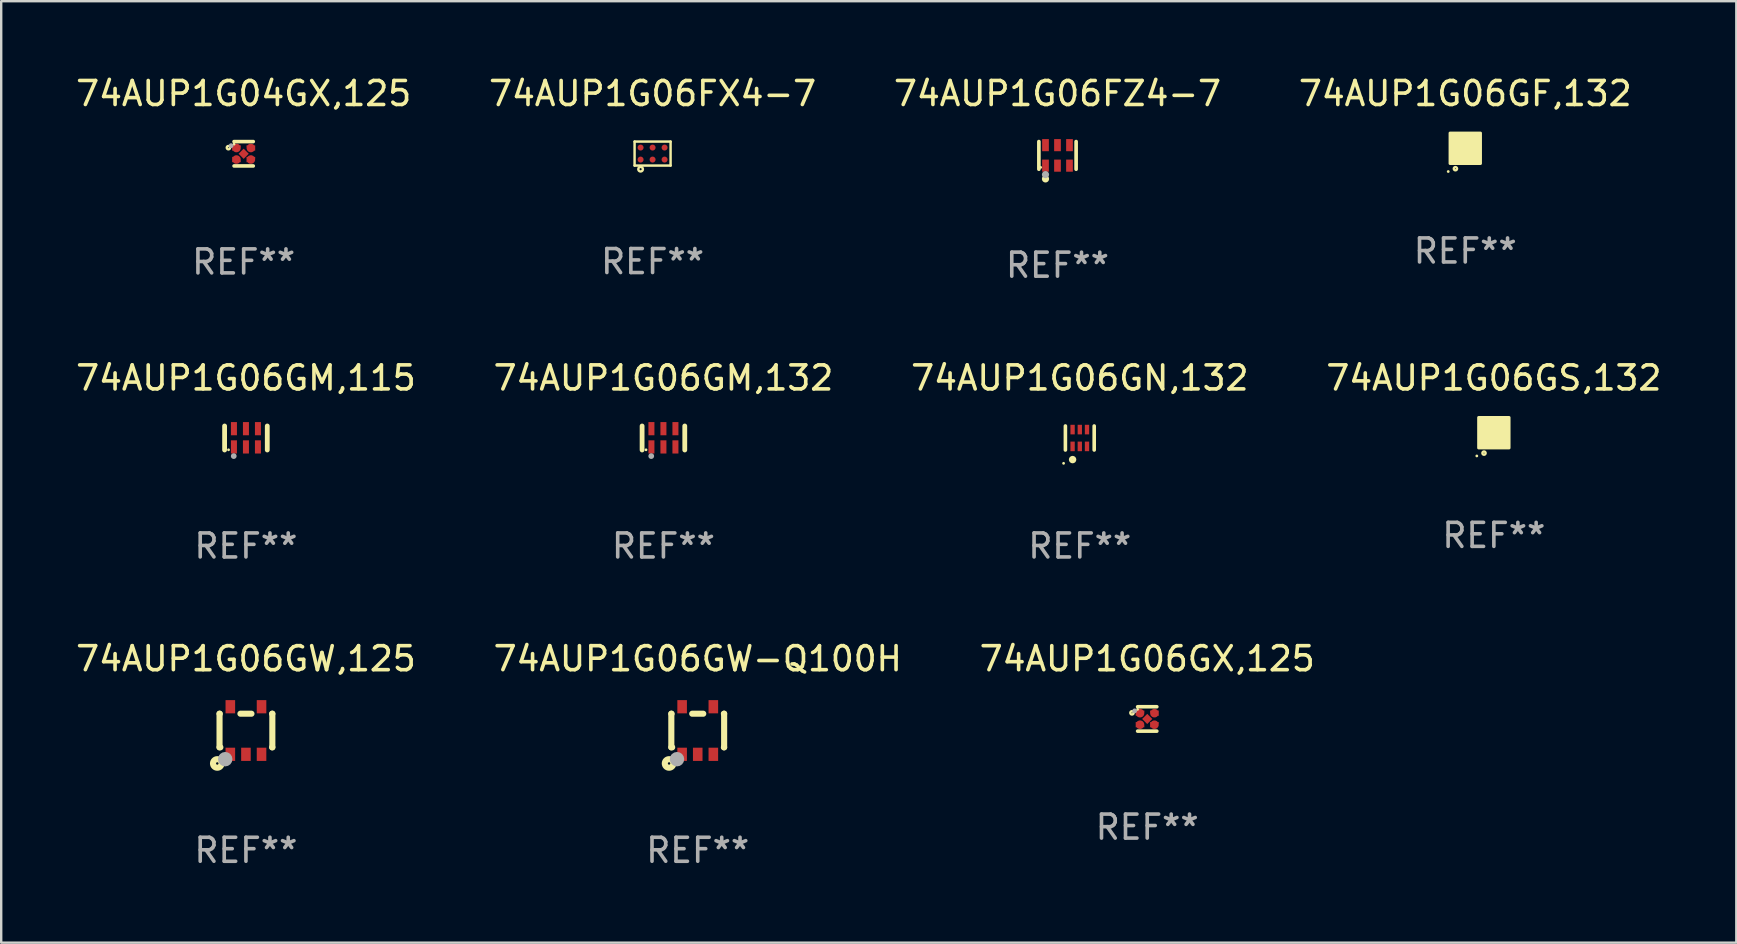
<source format=kicad_pcb>
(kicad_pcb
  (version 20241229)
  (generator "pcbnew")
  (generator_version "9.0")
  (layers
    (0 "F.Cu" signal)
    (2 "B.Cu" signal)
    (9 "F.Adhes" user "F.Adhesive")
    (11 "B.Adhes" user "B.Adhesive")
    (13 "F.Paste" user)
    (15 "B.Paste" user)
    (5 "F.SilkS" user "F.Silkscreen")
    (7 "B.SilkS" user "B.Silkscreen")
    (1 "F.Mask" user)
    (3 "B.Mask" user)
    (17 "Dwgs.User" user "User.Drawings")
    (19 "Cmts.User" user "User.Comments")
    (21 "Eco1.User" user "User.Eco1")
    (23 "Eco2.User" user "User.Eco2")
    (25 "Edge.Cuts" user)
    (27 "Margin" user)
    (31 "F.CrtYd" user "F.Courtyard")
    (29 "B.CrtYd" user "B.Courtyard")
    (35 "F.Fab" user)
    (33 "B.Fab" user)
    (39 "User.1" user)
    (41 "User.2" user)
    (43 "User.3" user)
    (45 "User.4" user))
  (footprint "74AUP1G06FZ4-7"
    (layer "F.Cu")
    (at 41.006 3.424)
    (property "Reference" "74AUP1G06FZ4-7" (at 0 -2.576 0) (layer "F.SilkS") (effects (font (size 1 1) (thickness 0.15))))
    (attr through_hole)
    (fp_line (start -0.776 0.576) (end -0.776 -0.576) (stroke (width 0.152) (type solid)) (layer "F.SilkS"))
    (fp_line (start 0.776 0.576) (end 0.776 -0.576) (stroke (width 0.152) (type solid)) (layer "F.SilkS"))
    (fp_circle (center -0.7 0.5) (end -0.67 0.5) (stroke (width 0.06) (type solid)) (fill no) (layer "F.SilkS"))
    (fp_circle (center -0.5 0.98) (end -0.425 0.98) (stroke (width 0.15) (type solid)) (fill no) (layer "F.SilkS"))
    (fp_circle (center -0.5 0.8) (end -0.425 0.8) (stroke (width 0.15) (type solid)) (fill no) (layer "F.Fab"))
    (fp_text user "REF**" (at 0 4.576 0) (layer "F.Fab") (effects (font (size 1 1) (thickness 0.15))))
    (pad "1" smd rect (at -0.5 0.427) (size 0.28 0.505) (layers "F.Cu" "F.Mask" "F.Paste"))
    (pad "2" smd rect (at 0 0.427) (size 0.28 0.505) (layers "F.Cu" "F.Mask" "F.Paste"))
    (pad "3" smd rect (at 0.5 0.427) (size 0.28 0.505) (layers "F.Cu" "F.Mask" "F.Paste"))
    (pad "4" smd rect (at 0.5 -0.427) (size 0.28 0.505) (layers "F.Cu" "F.Mask" "F.Paste"))
    (pad "5" smd rect (at 0 -0.427) (size 0.28 0.505) (layers "F.Cu" "F.Mask" "F.Paste"))
    (pad "6" smd rect (at -0.5 -0.427) (size 0.28 0.505) (layers "F.Cu" "F.Mask" "F.Paste")))
  (footprint "74AUP1G06GM,115"
    (layer "F.Cu")
    (at 7.196 15.197)
    (property "Reference" "74AUP1G06GM,115" (at 0 -2.5 0) (layer "F.SilkS") (effects (font (size 1 1) (thickness 0.15))))
    (attr through_hole)
    (fp_line (start -0.889 0.5) (end -0.889 -0.5) (stroke (width 0.2) (type solid)) (layer "F.SilkS"))
    (fp_line (start 0.889 0.5) (end 0.889 -0.5) (stroke (width 0.2) (type solid)) (layer "F.SilkS"))
    (fp_circle (center -0.725 0.492) (end -0.695 0.492) (stroke (width 0.06) (type solid)) (fill no) (layer "F.SilkS"))
    (fp_circle (center -0.508 0.754) (end -0.448 0.754) (stroke (width 0.12) (type solid)) (fill no) (layer "F.Fab"))
    (fp_text user "REF**" (at 0 4.5 0) (layer "F.Fab") (effects (font (size 1 1) (thickness 0.15))))
    (pad "1" smd rect (at -0.5 0.372) (size 0.25 0.55) (layers "F.Cu" "F.Mask" "F.Paste"))
    (pad "2" smd rect (at -0.000127 0.372) (size 0.25 0.55) (layers "F.Cu" "F.Mask" "F.Paste"))
    (pad "3" smd rect (at 0.5 0.372) (size 0.25 0.55) (layers "F.Cu" "F.Mask" "F.Paste"))
    (pad "4" smd rect (at 0.5 -0.388 180) (size 0.25 0.55) (layers "F.Cu" "F.Mask" "F.Paste"))
    (pad "5" smd rect (at -0.000127 -0.388 180) (size 0.25 0.55) (layers "F.Cu" "F.Mask" "F.Paste"))
    (pad "6" smd rect (at -0.5 -0.388 180) (size 0.25 0.55) (layers "F.Cu" "F.Mask" "F.Paste")))
  (footprint "74AUP1G06GF,132"
    (layer "F.Cu")
    (at 57.994 3.128)
    (property "Reference" "74AUP1G06GF,132" (at 0 -2.28 0) (layer "F.SilkS") (effects (font (size 1 1) (thickness 0.15))))
    (attr through_hole)
    (fp_circle (center -0.71 0.968) (end -0.68 0.968) (stroke (width 0.06) (type solid)) (fill no) (layer "F.SilkS"))
    (fp_circle (center -0.41 0.85) (end -0.342 0.85) (stroke (width 0.1) (type solid)) (fill no) (layer "F.SilkS"))
    (fp_poly (pts (xy -0.635 -0.635) (xy 0.635 -0.635) (xy 0.635 0.635) (xy -0.635 0.635)) (stroke (width 0.12) (type solid)) (fill yes) (layer "F.SilkS"))
    (fp_text user "REF**" (at 0 4.28 0) (layer "F.Fab") (effects (font (size 1 1) (thickness 0.15))))
    (pad "1" smd rect (at -0.35 0.28 90) (size 0.35 0.2) (layers "F.Cu" "F.Mask" "F.Paste"))
    (pad "2" smd rect (at 0 0.28 90) (size 0.35 0.2) (layers "F.Cu" "F.Mask" "F.Paste"))
    (pad "3" smd rect (at 0.35 0.28 90) (size 0.35 0.2) (layers "F.Cu" "F.Mask" "F.Paste"))
    (pad "4" smd rect (at 0.35 -0.28 90) (size 0.35 0.2) (layers "F.Cu" "F.Mask" "F.Paste"))
    (pad "5" smd rect (at 0 -0.28 90) (size 0.35 0.2) (layers "F.Cu" "F.Mask" "F.Paste"))
    (pad "6" smd rect (at -0.35 -0.28 90) (size 0.35 0.2) (layers "F.Cu" "F.Mask" "F.Paste")))
  (footprint "74AUP1G06FX4-7"
    (layer "F.Cu")
    (at 24.137 3.348)
    (property "Reference" "74AUP1G06FX4-7" (at 0 -2.5 0) (layer "F.SilkS") (effects (font (size 1 1) (thickness 0.15))))
    (attr through_hole)
    (fp_line (start -0.75 -0.5) (end 0.75 -0.5) (stroke (width 0.102) (type solid)) (layer "F.SilkS"))
    (fp_line (start -0.75 0.5) (end -0.75 -0.5) (stroke (width 0.102) (type solid)) (layer "F.SilkS"))
    (fp_line (start -0.75 0.5) (end 0.75 0.5) (stroke (width 0.102) (type solid)) (layer "F.SilkS"))
    (fp_line (start 0.75 -0.5) (end 0.75 0.5) (stroke (width 0.102) (type solid)) (layer "F.SilkS"))
    (fp_circle (center -0.5 0.65) (end -0.455 0.65) (stroke (width 0.102) (type solid)) (fill no) (layer "F.SilkS"))
    (fp_text user "REF**" (at 0 4.5 0) (layer "F.Fab") (effects (font (size 1 1) (thickness 0.15))))
    (pad "1" smd circle (at -0.5 0.25) (size 0.25 0.25) (layers "F.Cu" "F.Mask" "F.Paste"))
    (pad "2" smd circle (at 0 0.25) (size 0.25 0.25) (layers "F.Cu" "F.Mask" "F.Paste"))
    (pad "3" smd circle (at 0.5 0.25) (size 0.25 0.25) (layers "F.Cu" "F.Mask" "F.Paste"))
    (pad "4" smd circle (at 0.5 -0.25) (size 0.25 0.25) (layers "F.Cu" "F.Mask" "F.Paste"))
    (pad "5" smd circle (at 0 -0.25) (size 0.25 0.25) (layers "F.Cu" "F.Mask" "F.Paste"))
    (pad "6" smd circle (at -0.5 -0.25) (size 0.25 0.25) (layers "F.Cu" "F.Mask" "F.Paste")))
  (footprint "74AUP1G06GM,132"
    (layer "F.Cu")
    (at 24.589 15.197)
    (property "Reference" "74AUP1G06GM,132" (at 0 -2.5 0) (layer "F.SilkS") (effects (font (size 1 1) (thickness 0.15))))
    (attr through_hole)
    (fp_line (start -0.889 0.5) (end -0.889 -0.5) (stroke (width 0.2) (type solid)) (layer "F.SilkS"))
    (fp_line (start 0.889 0.5) (end 0.889 -0.5) (stroke (width 0.2) (type solid)) (layer "F.SilkS"))
    (fp_circle (center -0.725 0.492) (end -0.695 0.492) (stroke (width 0.06) (type solid)) (fill no) (layer "F.SilkS"))
    (fp_circle (center -0.508 0.754) (end -0.448 0.754) (stroke (width 0.12) (type solid)) (fill no) (layer "F.Fab"))
    (fp_text user "REF**" (at 0 4.5 0) (layer "F.Fab") (effects (font (size 1 1) (thickness 0.15))))
    (pad "1" smd rect (at -0.5 0.372) (size 0.25 0.55) (layers "F.Cu" "F.Mask" "F.Paste"))
    (pad "2" smd rect (at -0.000127 0.372) (size 0.25 0.55) (layers "F.Cu" "F.Mask" "F.Paste"))
    (pad "3" smd rect (at 0.5 0.372) (size 0.25 0.55) (layers "F.Cu" "F.Mask" "F.Paste"))
    (pad "4" smd rect (at 0.5 -0.388 180) (size 0.25 0.55) (layers "F.Cu" "F.Mask" "F.Paste"))
    (pad "5" smd rect (at -0.000127 -0.388 180) (size 0.25 0.55) (layers "F.Cu" "F.Mask" "F.Paste"))
    (pad "6" smd rect (at -0.5 -0.388 180) (size 0.25 0.55) (layers "F.Cu" "F.Mask" "F.Paste")))
  (footprint "74AUP1G06GS,132"
    (layer "F.Cu")
    (at 59.185 14.977)
    (property "Reference" "74AUP1G06GS,132" (at 0 -2.28 0) (layer "F.SilkS") (effects (font (size 1 1) (thickness 0.15))))
    (attr through_hole)
    (fp_circle (center -0.71 0.968) (end -0.68 0.968) (stroke (width 0.06) (type solid)) (fill no) (layer "F.SilkS"))
    (fp_circle (center -0.41 0.85) (end -0.342 0.85) (stroke (width 0.1) (type solid)) (fill no) (layer "F.SilkS"))
    (fp_poly (pts (xy -0.635 -0.635) (xy 0.635 -0.635) (xy 0.635 0.635) (xy -0.635 0.635)) (stroke (width 0.12) (type solid)) (fill yes) (layer "F.SilkS"))
    (fp_text user "REF**" (at 0 4.28 0) (layer "F.Fab") (effects (font (size 1 1) (thickness 0.15))))
    (pad "1" smd rect (at -0.35 0.28 90) (size 0.35 0.2) (layers "F.Cu" "F.Mask" "F.Paste"))
    (pad "2" smd rect (at 0 0.28 90) (size 0.35 0.2) (layers "F.Cu" "F.Mask" "F.Paste"))
    (pad "3" smd rect (at 0.35 0.28 90) (size 0.35 0.2) (layers "F.Cu" "F.Mask" "F.Paste"))
    (pad "4" smd rect (at 0.35 -0.28 90) (size 0.35 0.2) (layers "F.Cu" "F.Mask" "F.Paste"))
    (pad "5" smd rect (at 0 -0.28 90) (size 0.35 0.2) (layers "F.Cu" "F.Mask" "F.Paste"))
    (pad "6" smd rect (at -0.35 -0.28 90) (size 0.35 0.2) (layers "F.Cu" "F.Mask" "F.Paste")))
  (footprint "74AUP1G06GW-Q100H"
    (layer "F.Cu")
    (at 26.018 27.384)
    (property "Reference" "74AUP1G06GW-Q100H" (at 0 -2.991 0) (layer "F.SilkS") (effects (font (size 1 1) (thickness 0.15))))
    (attr through_hole)
    (fp_line (start -1.1 -0.7) (end -1.1 0.7) (stroke (width 0.254) (type solid)) (layer "F.SilkS"))
    (fp_line (start -1.1 -0.7) (end -1.09 -0.7) (stroke (width 0.254) (type solid)) (layer "F.SilkS"))
    (fp_line (start -1.1 0.7) (end -1.065 0.7) (stroke (width 0.254) (type solid)) (layer "F.SilkS"))
    (fp_line (start -0.23 -0.7) (end 0.23 -0.7) (stroke (width 0.254) (type solid)) (layer "F.SilkS"))
    (fp_line (start 1.09 -0.7) (end 1.1 -0.7) (stroke (width 0.254) (type solid)) (layer "F.SilkS"))
    (fp_line (start 1.09 0.7) (end 1.1 0.7) (stroke (width 0.254) (type solid)) (layer "F.SilkS"))
    (fp_line (start 1.1 -0.7) (end 1.1 0.7) (stroke (width 0.254) (type solid)) (layer "F.SilkS"))
    (fp_circle (center -1.194 1.372) (end -1.143 1.372) (stroke (width 0.254) (type solid)) (fill no) (layer "F.SilkS"))
    (fp_circle (center -1.05 1.063) (end -1.02 1.063) (stroke (width 0.06) (type solid)) (fill no) (layer "F.SilkS"))
    (fp_circle (center -0.864 1.194) (end -0.713 1.194) (stroke (width 0.3) (type solid)) (fill no) (layer "F.Fab"))
    (fp_text user "REF**" (at 0 4.991 0) (layer "F.Fab") (effects (font (size 1 1) (thickness 0.15))))
    (pad "1" smd rect (at -0.65 0.991 180) (size 0.399 0.551) (layers "F.Cu" "F.Mask" "F.Paste"))
    (pad "2" smd rect (at 0 0.991 180) (size 0.399 0.551) (layers "F.Cu" "F.Mask" "F.Paste"))
    (pad "3" smd rect (at 0.65 0.991 180) (size 0.399 0.551) (layers "F.Cu" "F.Mask" "F.Paste"))
    (pad "4" smd rect (at 0.65 -0.991 180) (size 0.399 0.551) (layers "F.Cu" "F.Mask" "F.Paste"))
    (pad "5" smd rect (at -0.65 -0.991 180) (size 0.399 0.551) (layers "F.Cu" "F.Mask" "F.Paste")))
  (footprint "74AUP1G04GX,125"
    (layer "F.Cu")
    (at 7.101 3.356)
    (property "Reference" "74AUP1G04GX,125" (at 0 -2.508 0) (layer "F.SilkS") (effects (font (size 1 1) (thickness 0.15))))
    (attr through_hole)
    (fp_line (start 0.4 -0.508) (end -0.4 -0.508) (stroke (width 0.15) (type solid)) (layer "F.SilkS"))
    (fp_line (start 0.4 0.508) (end -0.4 0.508) (stroke (width 0.15) (type solid)) (layer "F.SilkS"))
    (fp_circle (center -0.635 -0.254) (end -0.615 -0.254) (stroke (width 0.1) (type solid)) (fill no) (layer "F.SilkS"))
    (fp_circle (center -0.401 -0.4) (end -0.371 -0.4) (stroke (width 0.06) (type solid)) (fill no) (layer "F.SilkS"))
    (fp_circle (center -0.523 -0.337) (end -0.473 -0.337) (stroke (width 0.1) (type solid)) (fill no) (layer "F.Fab"))
    (fp_text user "REF**" (at 0 4.508 0) (layer "F.Fab") (effects (font (size 1 1) (thickness 0.15))))
    (pad "1" smd custom (at -0.3 -0.24) (size 0.36 0.22) (layers "F.Cu" "F.Mask" "F.Paste") (options (anchor circle)) (primitives (gr_poly (pts (xy -0.18 -0.11) (xy -0.18 0.11) (xy 0.000127 0.11) (xy 0.18 -0.03) (xy 0.18 -0.11) (xy -0.18 -0.11)) (width 0) (fill yes))))
    (pad "2" smd custom (at -0.3 0.24) (size 0.36 0.22) (layers "F.Cu" "F.Mask" "F.Paste") (options (anchor circle)) (primitives (gr_poly (pts (xy -0.18 0.11) (xy -0.18 -0.11) (xy 0.000127 -0.11) (xy 0.18 0.03) (xy 0.18 0.11) (xy -0.18 0.11)) (width 0) (fill yes))))
    (pad "3" smd rect (at 0.000102 -0.000127 45) (size 0.3 0.3) (layers "F.Cu" "F.Mask" "F.Paste"))
    (pad "4" smd custom (at 0.3 0.24 180) (size 0.36 0.22) (layers "F.Cu" "F.Mask" "F.Paste") (options (anchor circle)) (primitives (gr_poly (pts (xy 0.18 0.11) (xy 0.18 -0.11) (xy -0.000178 -0.11) (xy -0.18 0.03) (xy -0.18 0.11) (xy 0.18 0.11)) (width 0) (fill yes))))
    (pad "5" smd custom (at 0.3 -0.24) (size 0.36 0.22) (layers "F.Cu" "F.Mask" "F.Paste") (options (anchor circle)) (primitives (gr_poly (pts (xy 0.18 -0.11) (xy 0.18 0.11) (xy -0.000152 0.11) (xy -0.18 -0.03) (xy -0.18 -0.11) (xy 0.18 -0.11)) (width 0) (fill yes)))))
  (footprint "74AUP1G06GN,132"
    (layer "F.Cu")
    (at 41.935 15.197)
    (property "Reference" "74AUP1G06GN,132" (at 0 -2.5 0) (layer "F.SilkS") (effects (font (size 1 1) (thickness 0.15))))
    (attr through_hole)
    (fp_line (start -0.6 -0.5) (end -0.6 0.5) (stroke (width 0.15) (type solid)) (layer "F.SilkS"))
    (fp_line (start 0.6 0.5) (end 0.6 -0.5) (stroke (width 0.15) (type solid)) (layer "F.SilkS"))
    (fp_circle (center -0.675 1.055) (end -0.645 1.055) (stroke (width 0.06) (type solid)) (fill no) (layer "F.SilkS"))
    (fp_circle (center -0.3 0.9) (end -0.22 0.9) (stroke (width 0.15) (type solid)) (fill no) (layer "F.SilkS"))
    (fp_text user "REF**" (at 0 4.5 0) (layer "F.Fab") (effects (font (size 1 1) (thickness 0.15))))
    (pad "1" smd rect (at -0.3 0.35) (size 0.18 0.4) (layers "F.Cu" "F.Mask" "F.Paste"))
    (pad "2" smd rect (at 0.000025 0.35) (size 0.18 0.4) (layers "F.Cu" "F.Mask" "F.Paste"))
    (pad "3" smd rect (at 0.3 0.35) (size 0.18 0.4) (layers "F.Cu" "F.Mask" "F.Paste"))
    (pad "4" smd rect (at 0.3 -0.35) (size 0.18 0.4) (layers "F.Cu" "F.Mask" "F.Paste"))
    (pad "5" smd rect (at 0.000025 -0.35) (size 0.18 0.4) (layers "F.Cu" "F.Mask" "F.Paste"))
    (pad "6" smd rect (at -0.3 -0.35) (size 0.18 0.4) (layers "F.Cu" "F.Mask" "F.Paste")))
  (footprint "74AUP1G06GW,125"
    (layer "F.Cu")
    (at 7.196 27.384)
    (property "Reference" "74AUP1G06GW,125" (at 0 -2.991 0) (layer "F.SilkS") (effects (font (size 1 1) (thickness 0.15))))
    (attr through_hole)
    (fp_line (start -1.1 -0.7) (end -1.1 0.7) (stroke (width 0.254) (type solid)) (layer "F.SilkS"))
    (fp_line (start -1.1 -0.7) (end -1.09 -0.7) (stroke (width 0.254) (type solid)) (layer "F.SilkS"))
    (fp_line (start -1.1 0.7) (end -1.065 0.7) (stroke (width 0.254) (type solid)) (layer "F.SilkS"))
    (fp_line (start -0.23 -0.7) (end 0.23 -0.7) (stroke (width 0.254) (type solid)) (layer "F.SilkS"))
    (fp_line (start 1.09 -0.7) (end 1.1 -0.7) (stroke (width 0.254) (type solid)) (layer "F.SilkS"))
    (fp_line (start 1.09 0.7) (end 1.1 0.7) (stroke (width 0.254) (type solid)) (layer "F.SilkS"))
    (fp_line (start 1.1 -0.7) (end 1.1 0.7) (stroke (width 0.254) (type solid)) (layer "F.SilkS"))
    (fp_circle (center -1.194 1.372) (end -1.143 1.372) (stroke (width 0.254) (type solid)) (fill no) (layer "F.SilkS"))
    (fp_circle (center -1.05 1.063) (end -1.02 1.063) (stroke (width 0.06) (type solid)) (fill no) (layer "F.SilkS"))
    (fp_circle (center -0.864 1.194) (end -0.713 1.194) (stroke (width 0.3) (type solid)) (fill no) (layer "F.Fab"))
    (fp_text user "REF**" (at 0 4.991 0) (layer "F.Fab") (effects (font (size 1 1) (thickness 0.15))))
    (pad "1" smd rect (at -0.65 0.991 180) (size 0.399 0.551) (layers "F.Cu" "F.Mask" "F.Paste"))
    (pad "2" smd rect (at 0 0.991 180) (size 0.399 0.551) (layers "F.Cu" "F.Mask" "F.Paste"))
    (pad "3" smd rect (at 0.65 0.991 180) (size 0.399 0.551) (layers "F.Cu" "F.Mask" "F.Paste"))
    (pad "4" smd rect (at 0.65 -0.991 180) (size 0.399 0.551) (layers "F.Cu" "F.Mask" "F.Paste"))
    (pad "5" smd rect (at -0.65 -0.991 180) (size 0.399 0.551) (layers "F.Cu" "F.Mask" "F.Paste")))
  (footprint "74AUP1G06GX,125"
    (layer "F.Cu")
    (at 44.744 26.902)
    (property "Reference" "74AUP1G06GX,125" (at 0 -2.508 0) (layer "F.SilkS") (effects (font (size 1 1) (thickness 0.15))))
    (attr through_hole)
    (fp_line (start 0.4 -0.508) (end -0.4 -0.508) (stroke (width 0.15) (type solid)) (layer "F.SilkS"))
    (fp_line (start 0.4 0.508) (end -0.4 0.508) (stroke (width 0.15) (type solid)) (layer "F.SilkS"))
    (fp_circle (center -0.635 -0.254) (end -0.615 -0.254) (stroke (width 0.1) (type solid)) (fill no) (layer "F.SilkS"))
    (fp_circle (center -0.401 -0.4) (end -0.371 -0.4) (stroke (width 0.06) (type solid)) (fill no) (layer "F.SilkS"))
    (fp_circle (center -0.523 -0.337) (end -0.473 -0.337) (stroke (width 0.1) (type solid)) (fill no) (layer "F.Fab"))
    (fp_text user "REF**" (at 0 4.508 0) (layer "F.Fab") (effects (font (size 1 1) (thickness 0.15))))
    (pad "1" smd custom (at -0.3 -0.24) (size 0.36 0.22) (layers "F.Cu" "F.Mask" "F.Paste") (options (anchor circle)) (primitives (gr_poly (pts (xy -0.18 -0.11) (xy -0.18 0.11) (xy 0.000127 0.11) (xy 0.18 -0.03) (xy 0.18 -0.11) (xy -0.18 -0.11)) (width 0) (fill yes))))
    (pad "2" smd custom (at -0.3 0.24) (size 0.36 0.22) (layers "F.Cu" "F.Mask" "F.Paste") (options (anchor circle)) (primitives (gr_poly (pts (xy -0.18 0.11) (xy -0.18 -0.11) (xy 0.000127 -0.11) (xy 0.18 0.03) (xy 0.18 0.11) (xy -0.18 0.11)) (width 0) (fill yes))))
    (pad "3" smd rect (at 0.000102 -0.000127 45) (size 0.3 0.3) (layers "F.Cu" "F.Mask" "F.Paste"))
    (pad "4" smd custom (at 0.3 0.24 180) (size 0.36 0.22) (layers "F.Cu" "F.Mask" "F.Paste") (options (anchor circle)) (primitives (gr_poly (pts (xy 0.18 0.11) (xy 0.18 -0.11) (xy -0.000178 -0.11) (xy -0.18 0.03) (xy -0.18 0.11) (xy 0.18 0.11)) (width 0) (fill yes))))
    (pad "5" smd custom (at 0.3 -0.24) (size 0.36 0.22) (layers "F.Cu" "F.Mask" "F.Paste") (options (anchor circle)) (primitives (gr_poly (pts (xy 0.18 -0.11) (xy 0.18 0.11) (xy -0.000152 0.11) (xy -0.18 -0.03) (xy -0.18 -0.11) (xy 0.18 -0.11)) (width 0) (fill yes)))))
  (gr_rect
    (start -3 -3)
    (end 69.286 36.223)
    (stroke (width 0.1) (type default))
    (fill no)
    (layer "Edge.Cuts")))
</source>
